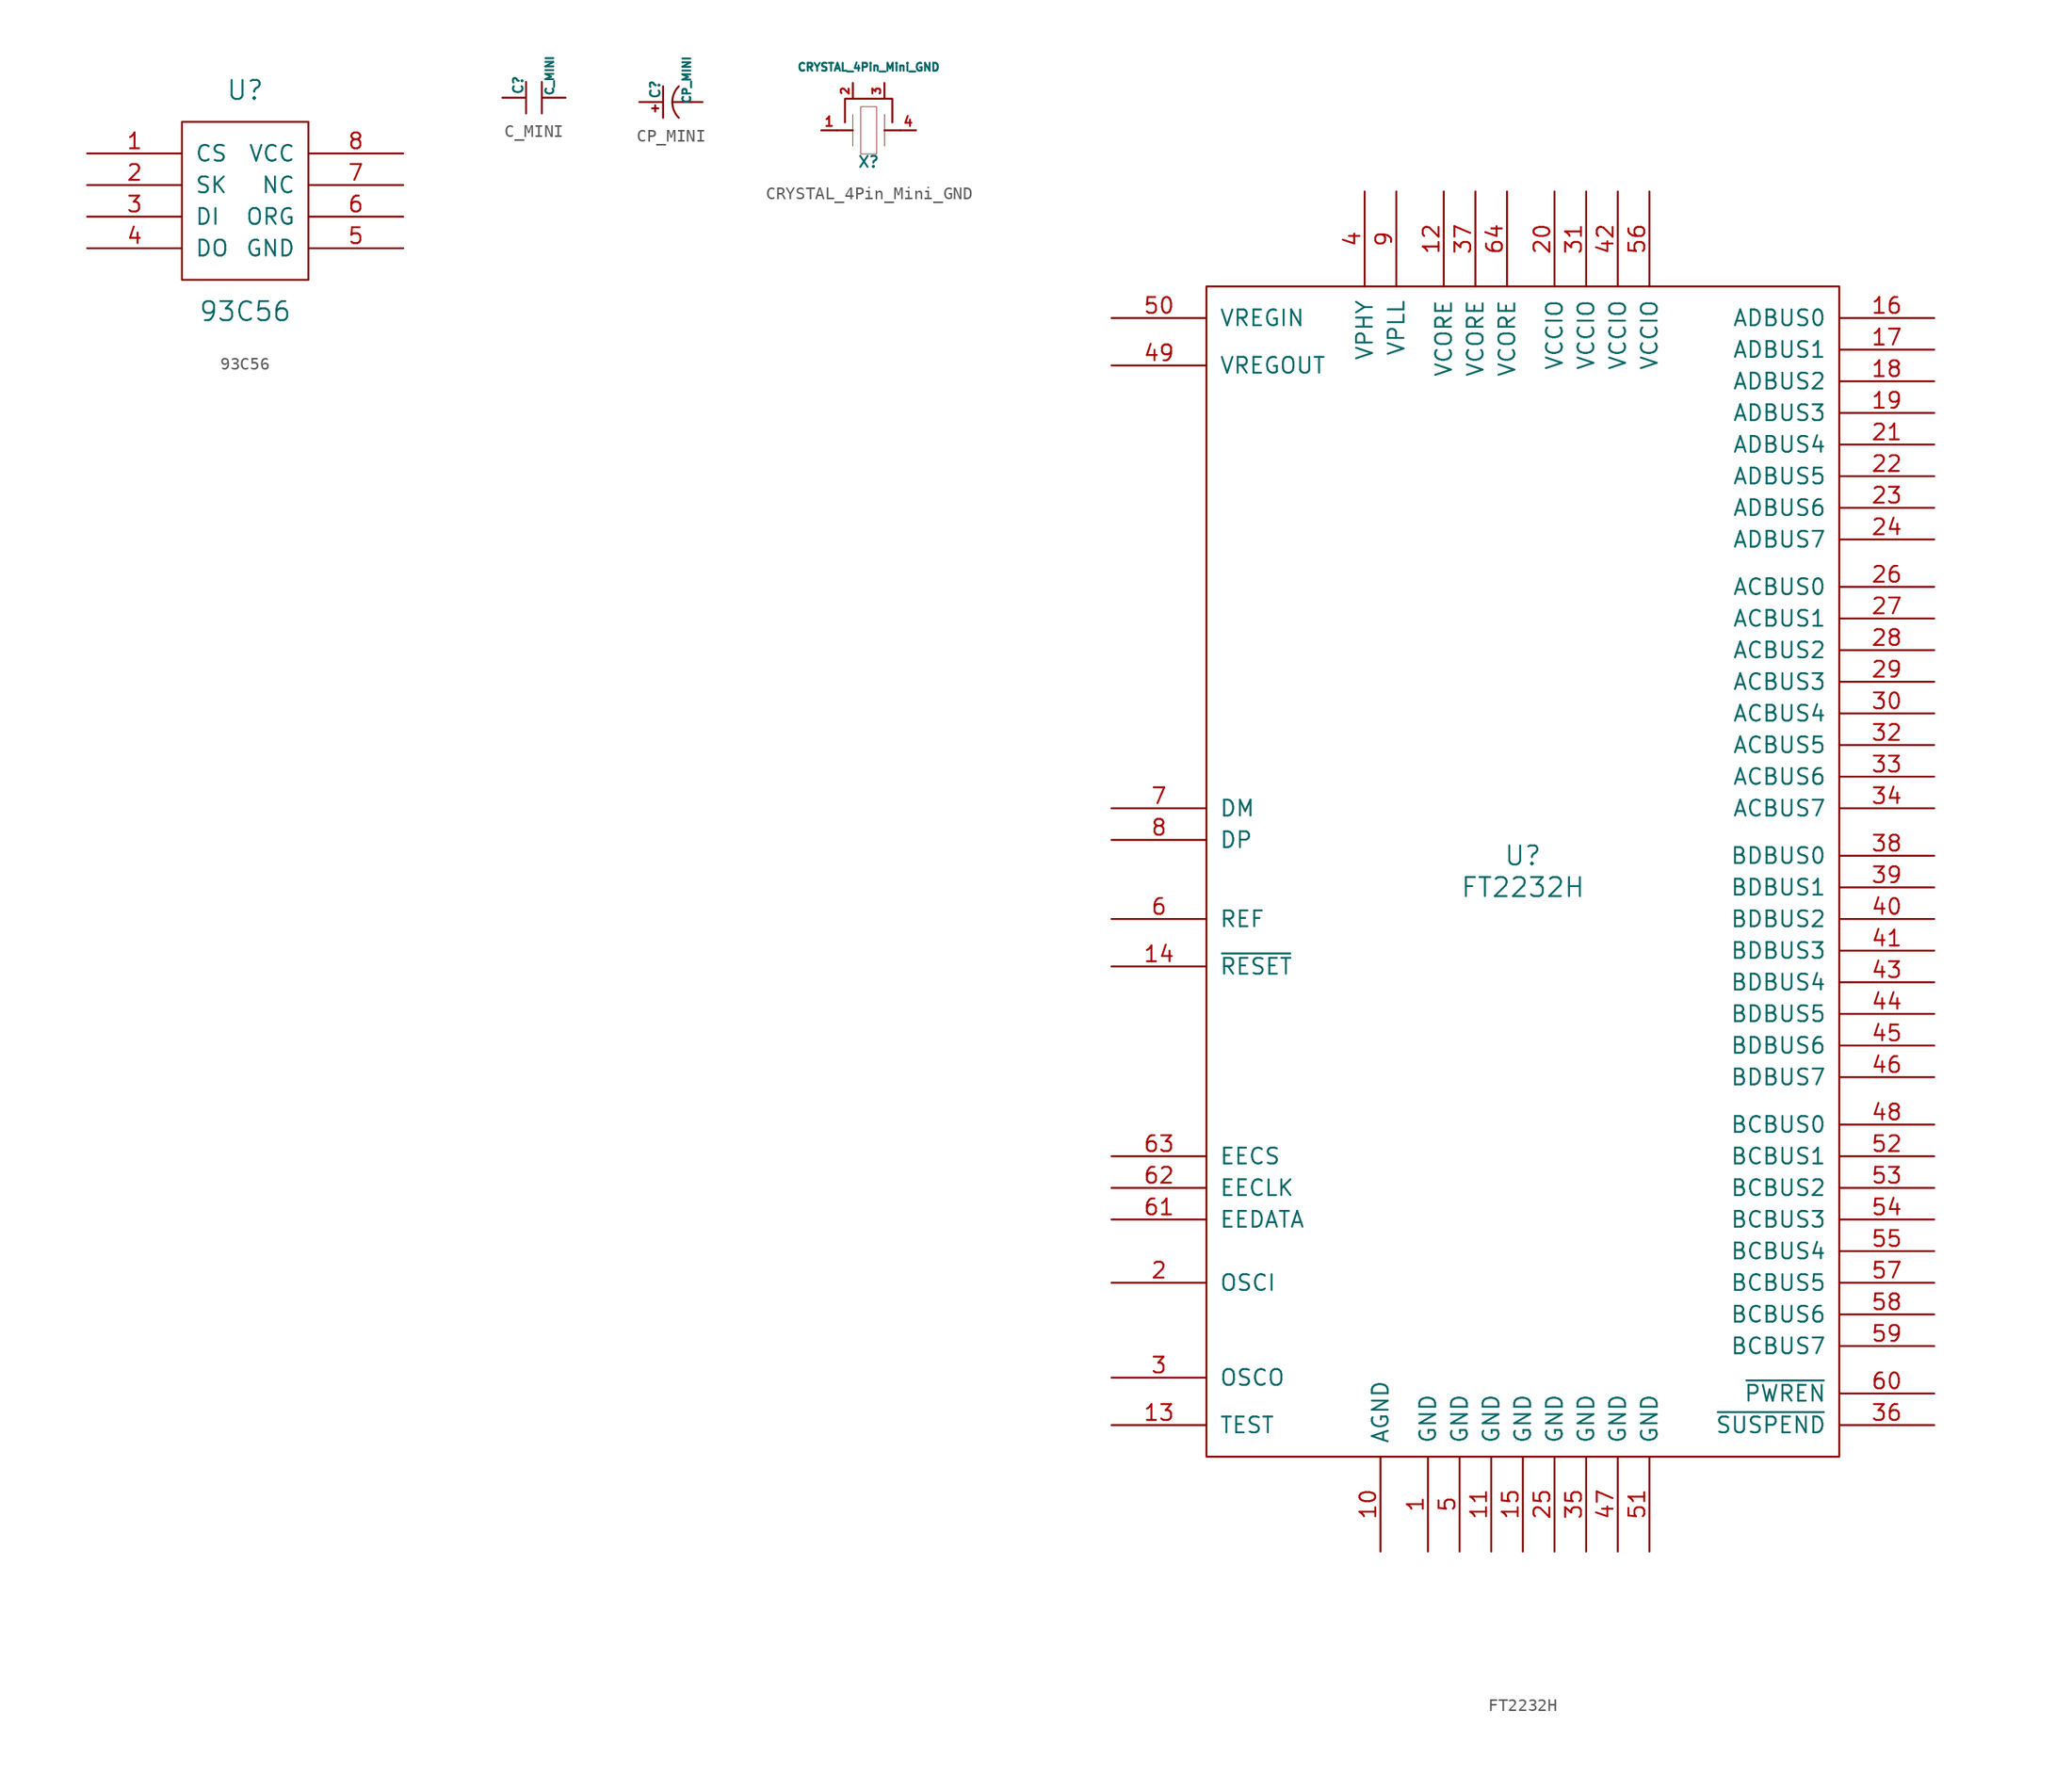
<source format=kicad_sym>
(kicad_symbol_lib
  (version 20231120)
  (generator "kicad_symbol_editor")
  (generator_version "8.0")
  (symbol "93C56"
    (pin_names
      (offset 1.016))
    (property "Reference" "U"
      (at 0 8.89 0)
      (effects (font (size 1.524 1.524))))
    (property "Value" "93C56"
      (at 0 -8.89 0)
      (effects (font (size 1.524 1.524))))
    (property "Footprint" ""
      (at 0 0 0)
      (effects (font (size 1.524 1.524))))
    (property "Datasheet" ""
      (at 0 0 0)
      (effects (font (size 1.524 1.524))))
    (symbol "93C56_0_1"
      (rectangle (start 5.08 -6.35) (end -5.08 6.35) (stroke (width 0) (type solid)) (fill (type none))))
    (symbol "93C56_1_1"
      (pin bidirectional line (at -12.7 3.81 0) (length 7.62) (name "CS" (effects (font (size 1.27 1.27)))) (number "1" (effects (font (size 1.27 1.27)))))
      (pin bidirectional line (at -12.7 1.27 0) (length 7.62) (name "SK" (effects (font (size 1.27 1.27)))) (number "2" (effects (font (size 1.27 1.27)))))
      (pin bidirectional line (at -12.7 -1.27 0) (length 7.62) (name "DI" (effects (font (size 1.27 1.27)))) (number "3" (effects (font (size 1.27 1.27)))))
      (pin bidirectional line (at -12.7 -3.81 0) (length 7.62) (name "DO" (effects (font (size 1.27 1.27)))) (number "4" (effects (font (size 1.27 1.27)))))
      (pin power_in line (at 12.7 -3.81 180) (length 7.62) (name "GND" (effects (font (size 1.27 1.27)))) (number "5" (effects (font (size 1.27 1.27)))))
      (pin input line (at 12.7 -1.27 180) (length 7.62) (name "ORG" (effects (font (size 1.27 1.27)))) (number "6" (effects (font (size 1.27 1.27)))))
      (pin input line (at 12.7 1.27 180) (length 7.62) (name "NC" (effects (font (size 1.27 1.27)))) (number "7" (effects (font (size 1.27 1.27)))))
      (pin power_in line (at 12.7 3.81 180) (length 7.62) (name "VCC" (effects (font (size 1.27 1.27)))) (number "8" (effects (font (size 1.27 1.27)))))))
  (symbol "C_MINI"
    (pin_numbers hide)
    (pin_names
      (offset 0) hide)
    (property "Reference" "C"
      (at -1.27 1.016 90)
      (effects (font (size 0.762 0.762))))
    (property "Value" "C_MINI"
      (at 1.27 1.778 90)
      (effects (font (size 0.635 0.635))))
    (property "Footprint" ""
      (at 0 0 0)
      (effects (font (size 1.524 1.524))))
    (property "Datasheet" ""
      (at 0 0 0)
      (effects (font (size 1.524 1.524))))
    (symbol "C_MINI_0_1"
      (polyline (pts (xy -0.635 -1.27) (xy -0.635 1.27) (xy -0.635 1.27)) (stroke (width 0) (type solid)) (fill (type background)))
      (polyline (pts (xy 0.635 -1.27) (xy 0.635 1.27) (xy 0.635 1.27)) (stroke (width 0) (type solid)) (fill (type background))))
    (symbol "C_MINI_1_1"
      (pin passive line (at -2.54 0 0) (length 1.905) (name "A" (effects (font (size 0.635 0.635)))) (number "1" (effects (font (size 0.635 0.635)))))
      (pin passive line (at 2.54 0 180) (length 1.905) (name "B" (effects (font (size 0.635 0.635)))) (number "2" (effects (font (size 0.635 0.635)))))))
  (symbol "CP_MINI"
    (pin_numbers hide)
    (pin_names
      (offset 0) hide)
    (property "Reference" "C"
      (at -1.27 1.016 90)
      (effects (font (size 0.762 0.762))))
    (property "Value" "CP_MINI"
      (at 1.27 1.778 90)
      (effects (font (size 0.635 0.635))))
    (property "Footprint" ""
      (at 0 0 0)
      (effects (font (size 1.524 1.524))))
    (property "Datasheet" ""
      (at 0 0 0)
      (effects (font (size 1.524 1.524))))
    (symbol "CP_MINI_0_1"
      (polyline (pts (xy -1.27 -0.762) (xy -1.27 -0.254) (xy -1.27 -0.254)) (stroke (width 0) (type solid)) (fill (type none)))
      (polyline (pts (xy -1.016 -0.508) (xy -1.524 -0.508) (xy -1.524 -0.508)) (stroke (width 0) (type solid)) (fill (type none)))
      (polyline (pts (xy -0.635 1.27) (xy -0.635 -1.27) (xy -0.635 -1.27)) (stroke (width 0) (type solid)) (fill (type none)))
      (arc (start 0.635 1.27) (mid 0.1089 0) (end 0.635 -1.27) (stroke (width 0) (type solid)) (fill (type none))))
    (symbol "CP_MINI_1_1"
      (pin passive line (at 2.54 0 180) (length 2.413) (name "GND" (effects (font (size 0.635 0.635)))) (number "1" (effects (font (size 0.635 0.635)))))
      (pin passive line (at -2.54 0 0) (length 1.905) (name "~" (effects (font (size 0.635 0.635)))) (number "2" (effects (font (size 0.635 0.635)))))))
  (symbol "CRYSTAL_4Pin_Mini_GND"
    (pin_names
      (offset 1.016) hide)
    (property "Reference" "X"
      (at 0 -2.54 0)
      (effects (font (size 0.889 0.889))))
    (property "Value" "CRYSTAL_4Pin_Mini_GND"
      (at 0 5.08 0)
      (effects (font (size 0.635 0.635))))
    (property "Datasheet" ""
      (at 0 0 0)
      (effects (font (size 1.524 1.524))))
    (symbol "CRYSTAL_4Pin_Mini_GND_0_1"
      (rectangle (start -1.27 1.27) (end -1.27 -1.27) (stroke (width 0.051) (type solid)) (fill (type none)))
      (rectangle (start -0.635 1.905) (end 0.635 -1.905) (stroke (width 0.051) (type solid)) (fill (type none)))
      (polyline (pts (xy -1.27 0) (xy -2.54 0) (xy -2.54 0)) (stroke (width 0) (type solid)) (fill (type none)))
      (polyline (pts (xy 1.27 0) (xy 2.54 0) (xy 2.54 0)) (stroke (width 0) (type solid)) (fill (type none)))
      (polyline (pts (xy -1.905 0.635) (xy -1.905 2.54) (xy 1.905 2.54) (xy 1.905 0.635) (xy 1.905 0.635)) (stroke (width 0) (type solid)) (fill (type none)))
      (rectangle (start 1.27 1.27) (end 1.27 -1.27) (stroke (width 0.051) (type solid)) (fill (type none))))
    (symbol "CRYSTAL_4Pin_Mini_GND_1_1"
      (pin passive line (at -3.81 0 0) (length 1.27) (name "A" (effects (font (size 0.762 0.762)))) (number "1" (effects (font (size 0.762 0.762)))))
      (pin passive line (at -1.27 3.81 270) (length 1.27) (name "GND" (effects (font (size 0.762 0.762)))) (number "2" (effects (font (size 0.635 0.635)))))
      (pin passive line (at 1.27 3.81 270) (length 1.27) (name "GND" (effects (font (size 0.762 0.762)))) (number "3" (effects (font (size 0.635 0.635)))))
      (pin passive line (at 3.81 0 180) (length 1.27) (name "B" (effects (font (size 0.762 0.762)))) (number "4" (effects (font (size 0.762 0.762)))))))
  (symbol "FT2232H"
    (pin_names
      (offset 1.016))
    (property "Reference" "U"
      (at 0 1.27 0)
      (effects (font (size 1.524 1.524))))
    (property "Value" "FT2232H"
      (at 0 -1.27 0)
      (effects (font (size 1.524 1.524))))
    (property "Footprint" ""
      (at 0 0 0)
      (effects (font (size 1.524 1.524))))
    (property "Datasheet" ""
      (at 0 0 0)
      (effects (font (size 1.524 1.524))))
    (symbol "FT2232H_0_1"
      (rectangle (start -25.4 -46.99) (end 25.4 46.99) (stroke (width 0) (type solid)) (fill (type none))))
    (symbol "FT2232H_1_1"
      (pin power_in line (at -7.62 -54.61 90) (length 7.62) (name "GND" (effects (font (size 1.27 1.27)))) (number "1" (effects (font (size 1.27 1.27)))))
      (pin power_in line (at -11.43 -54.61 90) (length 7.62) (name "AGND" (effects (font (size 1.27 1.27)))) (number "10" (effects (font (size 1.27 1.27)))))
      (pin power_in line (at -2.54 -54.61 90) (length 7.62) (name "GND" (effects (font (size 1.27 1.27)))) (number "11" (effects (font (size 1.27 1.27)))))
      (pin power_in line (at -6.35 54.61 270) (length 7.62) (name "VCORE" (effects (font (size 1.27 1.27)))) (number "12" (effects (font (size 1.27 1.27)))))
      (pin input line (at -33.02 -44.45 0) (length 7.62) (name "TEST" (effects (font (size 1.27 1.27)))) (number "13" (effects (font (size 1.27 1.27)))))
      (pin input line (at -33.02 -7.62 0) (length 7.62) (name "~{RESET}" (effects (font (size 1.27 1.27)))) (number "14" (effects (font (size 1.27 1.27)))))
      (pin power_in line (at 0 -54.61 90) (length 7.62) (name "GND" (effects (font (size 1.27 1.27)))) (number "15" (effects (font (size 1.27 1.27)))))
      (pin bidirectional line (at 33.02 44.45 180) (length 7.62) (name "ADBUS0" (effects (font (size 1.27 1.27)))) (number "16" (effects (font (size 1.27 1.27)))))
      (pin bidirectional line (at 33.02 41.91 180) (length 7.62) (name "ADBUS1" (effects (font (size 1.27 1.27)))) (number "17" (effects (font (size 1.27 1.27)))))
      (pin bidirectional line (at 33.02 39.37 180) (length 7.62) (name "ADBUS2" (effects (font (size 1.27 1.27)))) (number "18" (effects (font (size 1.27 1.27)))))
      (pin bidirectional line (at 33.02 36.83 180) (length 7.62) (name "ADBUS3" (effects (font (size 1.27 1.27)))) (number "19" (effects (font (size 1.27 1.27)))))
      (pin input line (at -33.02 -33.02 0) (length 7.62) (name "OSCI" (effects (font (size 1.27 1.27)))) (number "2" (effects (font (size 1.27 1.27)))))
      (pin power_in line (at 2.54 54.61 270) (length 7.62) (name "VCCIO" (effects (font (size 1.27 1.27)))) (number "20" (effects (font (size 1.27 1.27)))))
      (pin bidirectional line (at 33.02 34.29 180) (length 7.62) (name "ADBUS4" (effects (font (size 1.27 1.27)))) (number "21" (effects (font (size 1.27 1.27)))))
      (pin bidirectional line (at 33.02 31.75 180) (length 7.62) (name "ADBUS5" (effects (font (size 1.27 1.27)))) (number "22" (effects (font (size 1.27 1.27)))))
      (pin bidirectional line (at 33.02 29.21 180) (length 7.62) (name "ADBUS6" (effects (font (size 1.27 1.27)))) (number "23" (effects (font (size 1.27 1.27)))))
      (pin bidirectional line (at 33.02 26.67 180) (length 7.62) (name "ADBUS7" (effects (font (size 1.27 1.27)))) (number "24" (effects (font (size 1.27 1.27)))))
      (pin power_in line (at 2.54 -54.61 90) (length 7.62) (name "GND" (effects (font (size 1.27 1.27)))) (number "25" (effects (font (size 1.27 1.27)))))
      (pin bidirectional line (at 33.02 22.86 180) (length 7.62) (name "ACBUS0" (effects (font (size 1.27 1.27)))) (number "26" (effects (font (size 1.27 1.27)))))
      (pin bidirectional line (at 33.02 20.32 180) (length 7.62) (name "ACBUS1" (effects (font (size 1.27 1.27)))) (number "27" (effects (font (size 1.27 1.27)))))
      (pin bidirectional line (at 33.02 17.78 180) (length 7.62) (name "ACBUS2" (effects (font (size 1.27 1.27)))) (number "28" (effects (font (size 1.27 1.27)))))
      (pin bidirectional line (at 33.02 15.24 180) (length 7.62) (name "ACBUS3" (effects (font (size 1.27 1.27)))) (number "29" (effects (font (size 1.27 1.27)))))
      (pin output line (at -33.02 -40.64 0) (length 7.62) (name "OSCO" (effects (font (size 1.27 1.27)))) (number "3" (effects (font (size 1.27 1.27)))))
      (pin bidirectional line (at 33.02 12.7 180) (length 7.62) (name "ACBUS4" (effects (font (size 1.27 1.27)))) (number "30" (effects (font (size 1.27 1.27)))))
      (pin power_in line (at 5.08 54.61 270) (length 7.62) (name "VCCIO" (effects (font (size 1.27 1.27)))) (number "31" (effects (font (size 1.27 1.27)))))
      (pin bidirectional line (at 33.02 10.16 180) (length 7.62) (name "ACBUS5" (effects (font (size 1.27 1.27)))) (number "32" (effects (font (size 1.27 1.27)))))
      (pin bidirectional line (at 33.02 7.62 180) (length 7.62) (name "ACBUS6" (effects (font (size 1.27 1.27)))) (number "33" (effects (font (size 1.27 1.27)))))
      (pin bidirectional line (at 33.02 5.08 180) (length 7.62) (name "ACBUS7" (effects (font (size 1.27 1.27)))) (number "34" (effects (font (size 1.27 1.27)))))
      (pin power_in line (at 5.08 -54.61 90) (length 7.62) (name "GND" (effects (font (size 1.27 1.27)))) (number "35" (effects (font (size 1.27 1.27)))))
      (pin output line (at 33.02 -44.45 180) (length 7.62) (name "~{SUSPEND}" (effects (font (size 1.27 1.27)))) (number "36" (effects (font (size 1.27 1.27)))))
      (pin power_in line (at -3.81 54.61 270) (length 7.62) (name "VCORE" (effects (font (size 1.27 1.27)))) (number "37" (effects (font (size 1.27 1.27)))))
      (pin output line (at 33.02 1.27 180) (length 7.62) (name "BDBUS0" (effects (font (size 1.27 1.27)))) (number "38" (effects (font (size 1.27 1.27)))))
      (pin output line (at 33.02 -1.27 180) (length 7.62) (name "BDBUS1" (effects (font (size 1.27 1.27)))) (number "39" (effects (font (size 1.27 1.27)))))
      (pin input line (at -12.7 54.61 270) (length 7.62) (name "VPHY" (effects (font (size 1.27 1.27)))) (number "4" (effects (font (size 1.27 1.27)))))
      (pin output line (at 33.02 -3.81 180) (length 7.62) (name "BDBUS2" (effects (font (size 1.27 1.27)))) (number "40" (effects (font (size 1.27 1.27)))))
      (pin output line (at 33.02 -6.35 180) (length 7.62) (name "BDBUS3" (effects (font (size 1.27 1.27)))) (number "41" (effects (font (size 1.27 1.27)))))
      (pin power_in line (at 7.62 54.61 270) (length 7.62) (name "VCCIO" (effects (font (size 1.27 1.27)))) (number "42" (effects (font (size 1.27 1.27)))))
      (pin output line (at 33.02 -8.89 180) (length 7.62) (name "BDBUS4" (effects (font (size 1.27 1.27)))) (number "43" (effects (font (size 1.27 1.27)))))
      (pin output line (at 33.02 -11.43 180) (length 7.62) (name "BDBUS5" (effects (font (size 1.27 1.27)))) (number "44" (effects (font (size 1.27 1.27)))))
      (pin output line (at 33.02 -13.97 180) (length 7.62) (name "BDBUS6" (effects (font (size 1.27 1.27)))) (number "45" (effects (font (size 1.27 1.27)))))
      (pin output line (at 33.02 -16.51 180) (length 7.62) (name "BDBUS7" (effects (font (size 1.27 1.27)))) (number "46" (effects (font (size 1.27 1.27)))))
      (pin power_in line (at 7.62 -54.61 90) (length 7.62) (name "GND" (effects (font (size 1.27 1.27)))) (number "47" (effects (font (size 1.27 1.27)))))
      (pin output line (at 33.02 -20.32 180) (length 7.62) (name "BCBUS0" (effects (font (size 1.27 1.27)))) (number "48" (effects (font (size 1.27 1.27)))))
      (pin power_out line (at -33.02 40.64 0) (length 7.62) (name "VREGOUT" (effects (font (size 1.27 1.27)))) (number "49" (effects (font (size 1.27 1.27)))))
      (pin power_in line (at -5.08 -54.61 90) (length 7.62) (name "GND" (effects (font (size 1.27 1.27)))) (number "5" (effects (font (size 1.27 1.27)))))
      (pin power_in line (at -33.02 44.45 0) (length 7.62) (name "VREGIN" (effects (font (size 1.27 1.27)))) (number "50" (effects (font (size 1.27 1.27)))))
      (pin power_in line (at 10.16 -54.61 90) (length 7.62) (name "GND" (effects (font (size 1.27 1.27)))) (number "51" (effects (font (size 1.27 1.27)))))
      (pin output line (at 33.02 -22.86 180) (length 7.62) (name "BCBUS1" (effects (font (size 1.27 1.27)))) (number "52" (effects (font (size 1.27 1.27)))))
      (pin output line (at 33.02 -25.4 180) (length 7.62) (name "BCBUS2" (effects (font (size 1.27 1.27)))) (number "53" (effects (font (size 1.27 1.27)))))
      (pin output line (at 33.02 -27.94 180) (length 7.62) (name "BCBUS3" (effects (font (size 1.27 1.27)))) (number "54" (effects (font (size 1.27 1.27)))))
      (pin output line (at 33.02 -30.48 180) (length 7.62) (name "BCBUS4" (effects (font (size 1.27 1.27)))) (number "55" (effects (font (size 1.27 1.27)))))
      (pin power_in line (at 10.16 54.61 270) (length 7.62) (name "VCCIO" (effects (font (size 1.27 1.27)))) (number "56" (effects (font (size 1.27 1.27)))))
      (pin output line (at 33.02 -33.02 180) (length 7.62) (name "BCBUS5" (effects (font (size 1.27 1.27)))) (number "57" (effects (font (size 1.27 1.27)))))
      (pin output line (at 33.02 -35.56 180) (length 7.62) (name "BCBUS6" (effects (font (size 1.27 1.27)))) (number "58" (effects (font (size 1.27 1.27)))))
      (pin output line (at 33.02 -38.1 180) (length 7.62) (name "BCBUS7" (effects (font (size 1.27 1.27)))) (number "59" (effects (font (size 1.27 1.27)))))
      (pin input line (at -33.02 -3.81 0) (length 7.62) (name "REF" (effects (font (size 1.27 1.27)))) (number "6" (effects (font (size 1.27 1.27)))))
      (pin output line (at 33.02 -41.91 180) (length 7.62) (name "~{PWREN}" (effects (font (size 1.27 1.27)))) (number "60" (effects (font (size 1.27 1.27)))))
      (pin bidirectional line (at -33.02 -27.94 0) (length 7.62) (name "EEDATA" (effects (font (size 1.27 1.27)))) (number "61" (effects (font (size 1.27 1.27)))))
      (pin output line (at -33.02 -25.4 0) (length 7.62) (name "EECLK" (effects (font (size 1.27 1.27)))) (number "62" (effects (font (size 1.27 1.27)))))
      (pin bidirectional line (at -33.02 -22.86 0) (length 7.62) (name "EECS" (effects (font (size 1.27 1.27)))) (number "63" (effects (font (size 1.27 1.27)))))
      (pin power_in line (at -1.27 54.61 270) (length 7.62) (name "VCORE" (effects (font (size 1.27 1.27)))) (number "64" (effects (font (size 1.27 1.27)))))
      (pin bidirectional line (at -33.02 5.08 0) (length 7.62) (name "DM" (effects (font (size 1.27 1.27)))) (number "7" (effects (font (size 1.27 1.27)))))
      (pin bidirectional line (at -33.02 2.54 0) (length 7.62) (name "DP" (effects (font (size 1.27 1.27)))) (number "8" (effects (font (size 1.27 1.27)))))
      (pin input line (at -10.16 54.61 270) (length 7.62) (name "VPLL" (effects (font (size 1.27 1.27)))) (number "9" (effects (font (size 1.27 1.27))))))))
</source>
